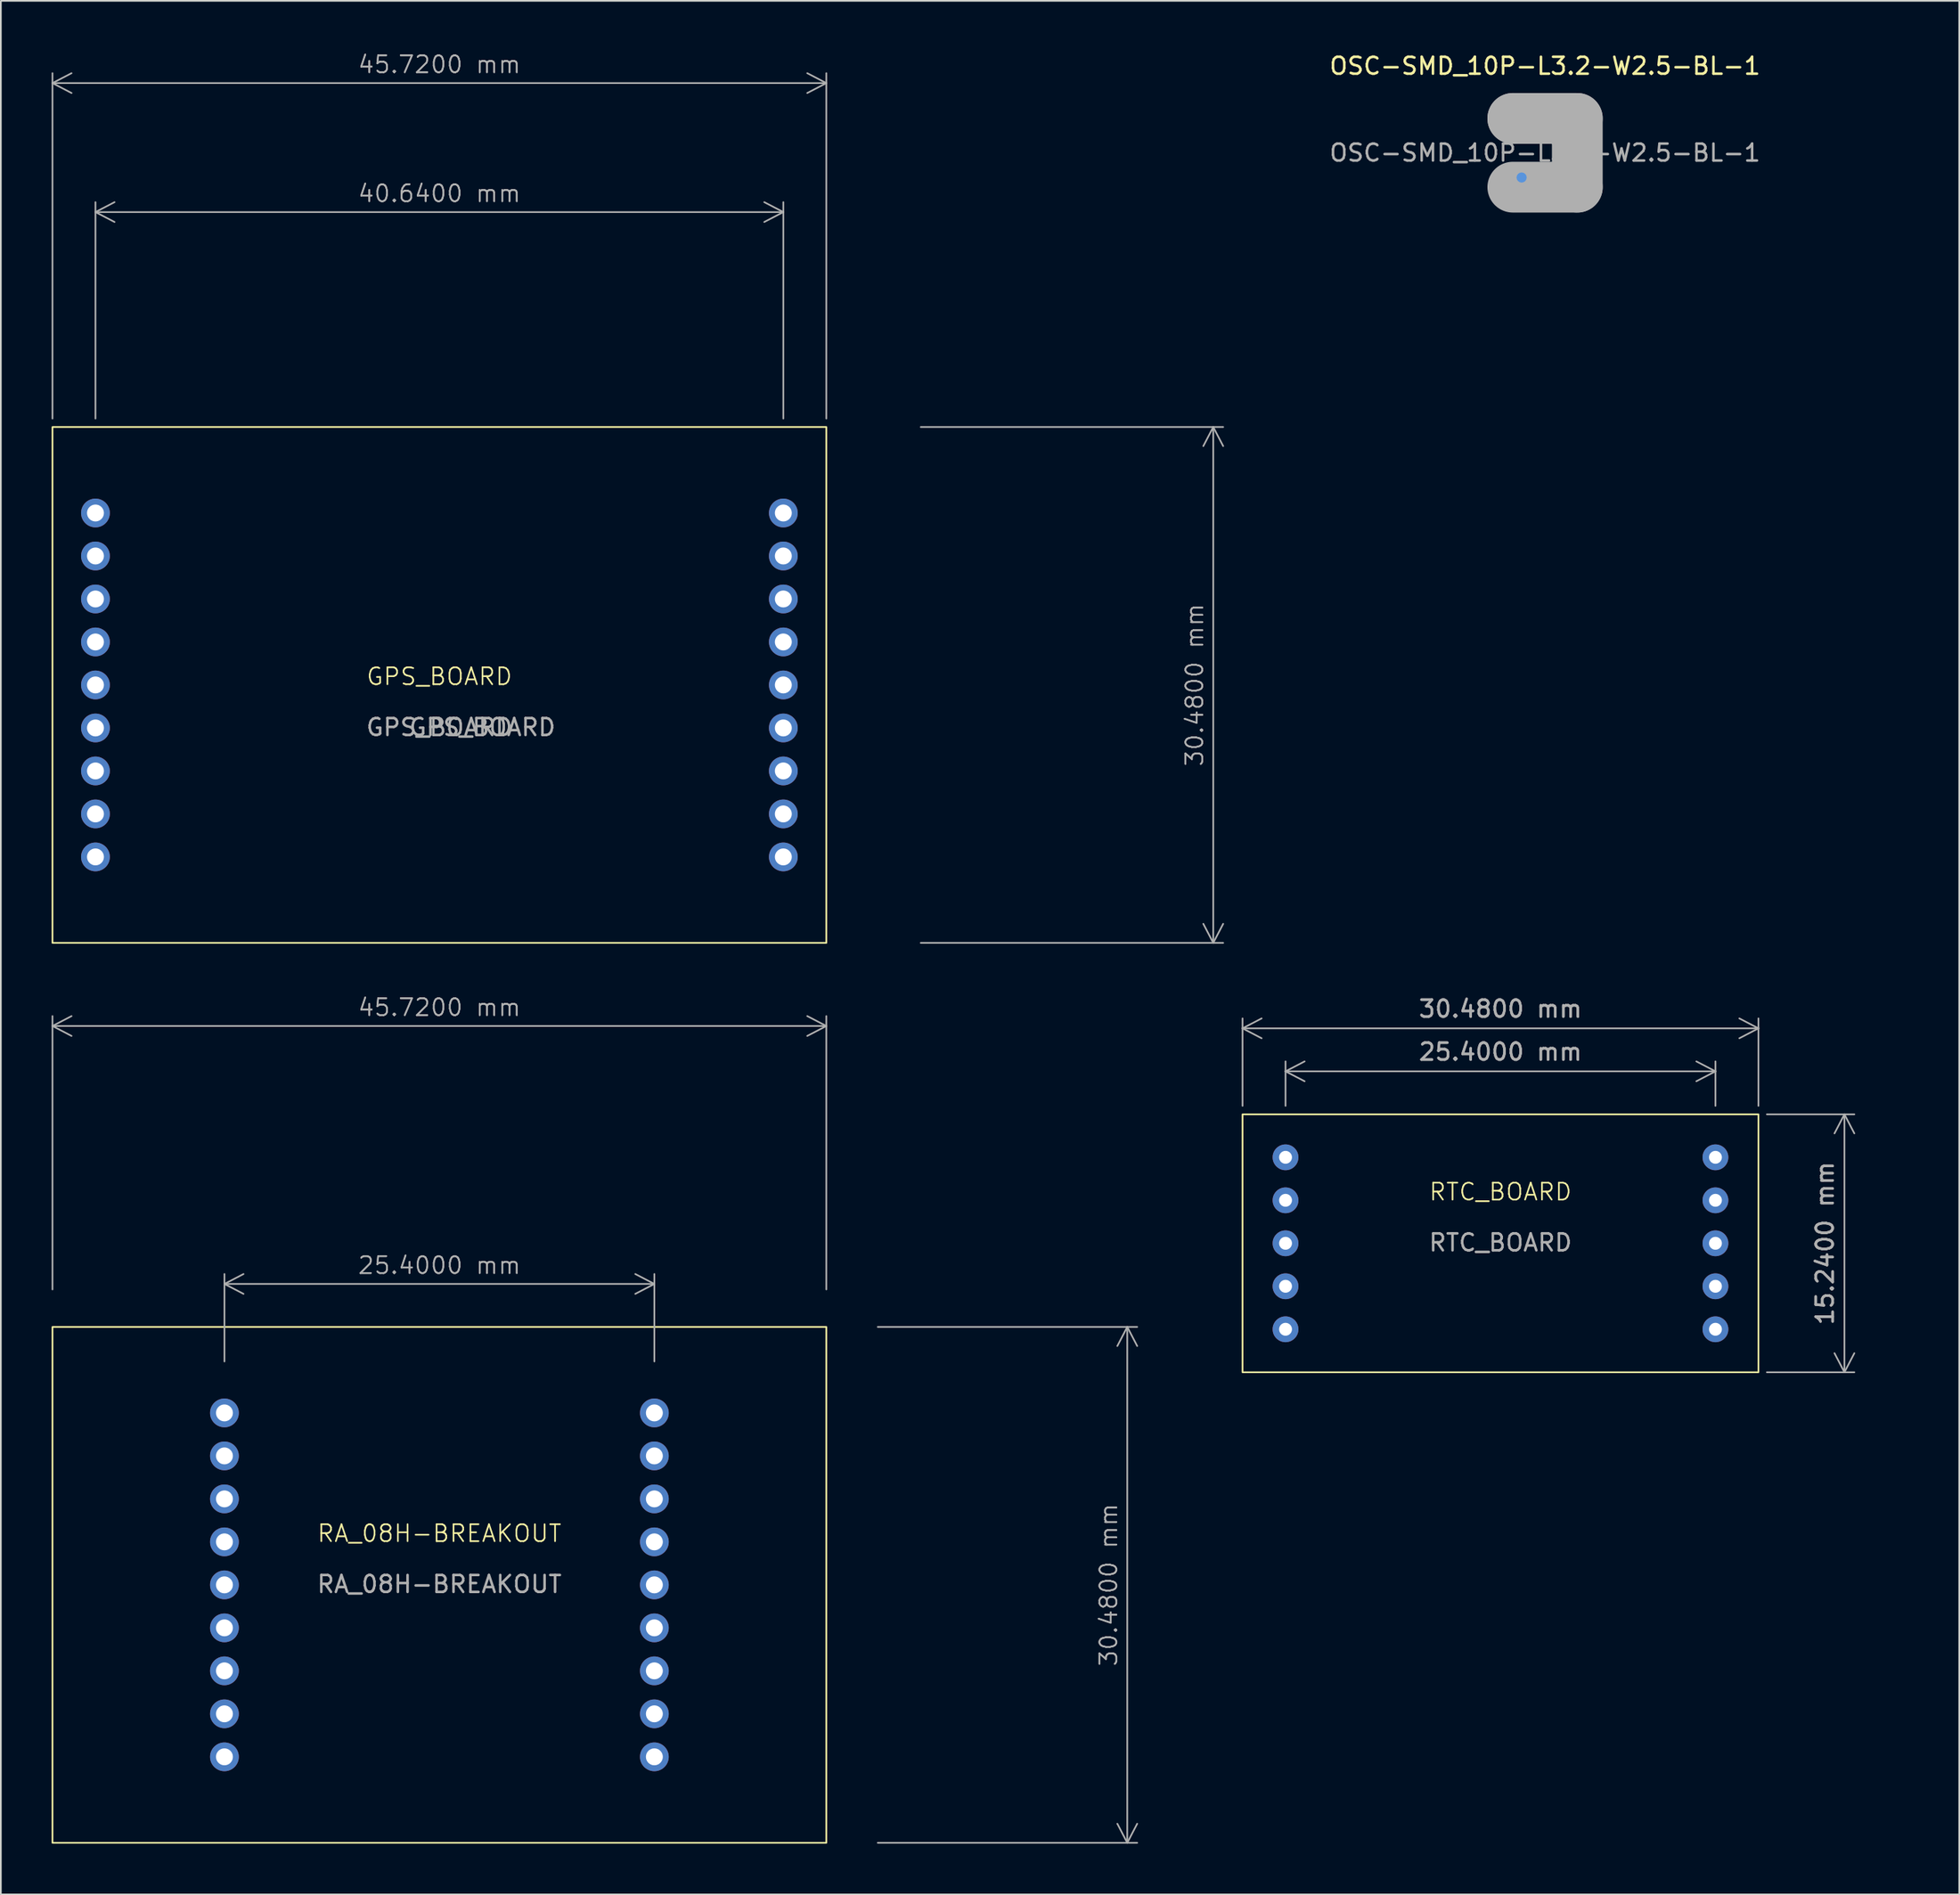
<source format=kicad_pcb>
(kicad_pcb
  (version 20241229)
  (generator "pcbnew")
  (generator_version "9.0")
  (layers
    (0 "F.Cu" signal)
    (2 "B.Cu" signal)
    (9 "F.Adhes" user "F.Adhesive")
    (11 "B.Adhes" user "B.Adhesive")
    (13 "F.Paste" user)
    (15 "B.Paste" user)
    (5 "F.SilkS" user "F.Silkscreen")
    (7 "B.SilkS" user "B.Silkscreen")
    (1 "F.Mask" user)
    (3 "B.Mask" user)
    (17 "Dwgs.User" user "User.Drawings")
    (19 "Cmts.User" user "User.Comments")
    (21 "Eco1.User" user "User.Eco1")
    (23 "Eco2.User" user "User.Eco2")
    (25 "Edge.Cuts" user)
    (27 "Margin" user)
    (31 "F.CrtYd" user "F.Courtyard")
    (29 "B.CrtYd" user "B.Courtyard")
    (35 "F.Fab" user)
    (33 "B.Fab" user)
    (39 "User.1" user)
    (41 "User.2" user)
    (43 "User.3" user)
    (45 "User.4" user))
  (footprint "GPS_BOARD"
    (layer "F.Cu")
    (at 22.91 37.42)
    (property "Reference" "GPS_BOARD" (at 0 -0.5 0) (unlocked yes) (layer "F.SilkS") (effects (font (size 1 1) (thickness 0.1))))
    (attr through_hole)
    (fp_rect (start 22.86 -15.24) (end -22.86 15.24) (stroke (width 0.1) (type default)) (fill no) (layer "F.SilkS"))
    (fp_text user "${REFERENCE}" (at 0 2.5 0) (unlocked yes) (layer "F.Fab") (effects (font (size 1 1) (thickness 0.15))))
    (fp_text user "${REFERENCE}" (at 2.54 2.5 0) (unlocked yes) (layer "F.Fab") (effects (font (size 1 1) (thickness 0.15))))
    (dimension (type aligned) (layer "F.Fab") (pts (xy 50.85 22.18) (xy 50.85 52.66)) (height -17.78) (format (prefix "") (suffix "") (units 3) (units_format 1) (precision 4)) (style (thickness 0.1) (arrow_length 1.27) (text_position_mode 0) (arrow_direction outward) (extension_height 0.586) (extension_offset 0.5) (keep_text_aligned yes)) (gr_text "30.4800 mm" (at 67.53 37.42 90) (layer "F.Fab") (effects (font (size 1 1) (thickness 0.1)))))
    (dimension (type aligned) (layer "F.Fab") (pts (xy 2.59 22.18) (xy 43.23 22.18)) (height -12.7) (format (prefix "") (suffix "") (units 3) (units_format 1) (precision 4)) (style (thickness 0.1) (arrow_length 1.27) (text_position_mode 0) (arrow_direction outward) (extension_height 0.586) (extension_offset 0.5) (keep_text_aligned yes)) (gr_text "40.6400 mm" (at 22.91 8.38 0) (layer "F.Fab") (effects (font (size 1 1) (thickness 0.1)))))
    (dimension (type aligned) (layer "F.Fab") (pts (xy 0.05 22.18) (xy 45.77 22.18)) (height -20.32) (format (prefix "") (suffix "") (units 3) (units_format 1) (precision 4)) (style (thickness 0.1) (arrow_length 1.27) (text_position_mode 0) (arrow_direction outward) (extension_height 0.586) (extension_offset 0.5) (keep_text_aligned yes)) (gr_text "45.7200 mm" (at 22.91 0.76 0) (layer "F.Fab") (effects (font (size 1 1) (thickness 0.1)))))
    (pad "1" thru_hole oval (at -20.32 -10.16 180) (size 1.7 1.7) (drill 1) (layers "*.Cu" "*.Mask"))
    (pad "2" thru_hole oval (at -20.32 -7.62 180) (size 1.7 1.7) (drill 1) (layers "*.Cu" "*.Mask"))
    (pad "3" thru_hole oval (at -20.32 -5.08 180) (size 1.7 1.7) (drill 1) (layers "*.Cu" "*.Mask"))
    (pad "4" thru_hole oval (at -20.32 -2.54 180) (size 1.7 1.7) (drill 1) (layers "*.Cu" "*.Mask"))
    (pad "5" thru_hole oval (at -20.32 0 180) (size 1.7 1.7) (drill 1) (layers "*.Cu" "*.Mask"))
    (pad "6" thru_hole oval (at -20.32 2.54 180) (size 1.7 1.7) (drill 1) (layers "*.Cu" "*.Mask"))
    (pad "7" thru_hole oval (at -20.32 5.08 270) (size 1.7 1.7) (drill 1) (layers "*.Cu" "*.Mask"))
    (pad "8" thru_hole oval (at -20.32 7.62 180) (size 1.7 1.7) (drill 1) (layers "*.Cu" "*.Mask"))
    (pad "9" thru_hole oval (at -20.32 10.16 180) (size 1.7 1.7) (drill 1) (layers "*.Cu" "*.Mask"))
    (pad "10" thru_hole oval (at 20.32 10.16 180) (size 1.7 1.7) (drill 1) (layers "*.Cu" "*.Mask"))
    (pad "11" thru_hole oval (at 20.32 7.62 180) (size 1.7 1.7) (drill 1) (layers "*.Cu" "*.Mask"))
    (pad "12" thru_hole oval (at 20.32 5.08 180) (size 1.7 1.7) (drill 1) (layers "*.Cu" "*.Mask"))
    (pad "13" thru_hole oval (at 20.32 2.54 180) (size 1.7 1.7) (drill 1) (layers "*.Cu" "*.Mask"))
    (pad "14" thru_hole oval (at 20.32 0 180) (size 1.7 1.7) (drill 1) (layers "*.Cu" "*.Mask"))
    (pad "15" thru_hole oval (at 20.32 -2.54 180) (size 1.7 1.7) (drill 1) (layers "*.Cu" "*.Mask"))
    (pad "16" thru_hole oval (at 20.32 -5.08 180) (size 1.7 1.7) (drill 1) (layers "*.Cu" "*.Mask"))
    (pad "17" thru_hole oval (at 20.32 -7.62 180) (size 1.7 1.7) (drill 1) (layers "*.Cu" "*.Mask"))
    (pad "18" thru_hole oval (at 20.32 -10.16 180) (size 1.7 1.7) (drill 1) (layers "*.Cu" "*.Mask")))
  (footprint "RA_08H-BREAKOUT"
    (layer "F.Cu")
    (at 22.91 88.051)
    (property "Reference" "RA_08H-BREAKOUT" (at 0 -0.5 0) (unlocked yes) (layer "F.SilkS") (effects (font (size 1 1) (thickness 0.1))))
    (attr through_hole)
    (fp_rect (start -22.86 -12.7) (end 22.86 17.78) (stroke (width 0.1) (type default)) (fill no) (layer "F.SilkS"))
    (fp_text user "${REFERENCE}" (at 0 2.5 0) (unlocked yes) (layer "F.Fab") (effects (font (size 1 1) (thickness 0.15))))
    (dimension (type aligned) (layer "F.Fab") (pts (xy 10.21 77.891) (xy 35.61 77.891)) (height -5.08) (format (prefix "") (suffix "") (units 3) (units_format 1) (precision 4)) (style (thickness 0.1) (arrow_length 1.27) (text_position_mode 0) (arrow_direction outward) (extension_height 0.586) (extension_offset 0.5) (keep_text_aligned yes)) (gr_text "25.4000 mm" (at 22.91 71.711 0) (layer "F.Fab") (effects (font (size 1 1) (thickness 0.1)))))
    (dimension (type aligned) (layer "F.Fab") (pts (xy 48.31 75.351) (xy 48.31 105.831)) (height -15.24) (format (prefix "") (suffix "") (units 3) (units_format 1) (precision 4)) (style (thickness 0.1) (arrow_length 1.27) (text_position_mode 0) (arrow_direction outward) (extension_height 0.586) (extension_offset 0.5) (keep_text_aligned yes)) (gr_text "30.4800 mm" (at 62.45 90.591 90) (layer "F.Fab") (effects (font (size 1 1) (thickness 0.1)))))
    (dimension (type aligned) (layer "F.Fab") (pts (xy 0.05 73.635) (xy 45.77 73.635)) (height -16.064) (format (prefix "") (suffix "") (units 3) (units_format 1) (precision 4)) (style (thickness 0.1) (arrow_length 1.27) (text_position_mode 0) (arrow_direction outward) (extension_height 0.586) (extension_offset 0.5) (keep_text_aligned yes)) (gr_text "45.7200 mm" (at 22.91 56.471 0) (layer "F.Fab") (effects (font (size 1 1) (thickness 0.1)))))
    (pad "1" thru_hole oval (at -12.7 -7.62 180) (size 1.7 1.7) (drill 1) (layers "*.Cu" "*.Mask"))
    (pad "2" thru_hole oval (at -12.7 -5.08 180) (size 1.7 1.7) (drill 1) (layers "*.Cu" "*.Mask"))
    (pad "3" thru_hole oval (at -12.7 -2.54 180) (size 1.7 1.7) (drill 1) (layers "*.Cu" "*.Mask"))
    (pad "4" thru_hole oval (at -12.7 0 180) (size 1.7 1.7) (drill 1) (layers "*.Cu" "*.Mask"))
    (pad "5" thru_hole oval (at -12.7 2.54 180) (size 1.7 1.7) (drill 1) (layers "*.Cu" "*.Mask"))
    (pad "6" thru_hole oval (at -12.7 5.08 180) (size 1.7 1.7) (drill 1) (layers "*.Cu" "*.Mask"))
    (pad "7" thru_hole oval (at -12.7 7.62 270) (size 1.7 1.7) (drill 1) (layers "*.Cu" "*.Mask"))
    (pad "8" thru_hole oval (at -12.7 10.16 180) (size 1.7 1.7) (drill 1) (layers "*.Cu" "*.Mask"))
    (pad "9" thru_hole oval (at -12.7 12.7 180) (size 1.7 1.7) (drill 1) (layers "*.Cu" "*.Mask"))
    (pad "10" thru_hole oval (at 12.7 12.7 180) (size 1.7 1.7) (drill 1) (layers "*.Cu" "*.Mask"))
    (pad "11" thru_hole oval (at 12.7 10.16 180) (size 1.7 1.7) (drill 1) (layers "*.Cu" "*.Mask"))
    (pad "12" thru_hole oval (at 12.7 7.62 180) (size 1.7 1.7) (drill 1) (layers "*.Cu" "*.Mask"))
    (pad "13" thru_hole oval (at 12.7 5.08 180) (size 1.7 1.7) (drill 1) (layers "*.Cu" "*.Mask"))
    (pad "14" thru_hole oval (at 12.7 2.54 180) (size 1.7 1.7) (drill 1) (layers "*.Cu" "*.Mask"))
    (pad "15" thru_hole oval (at 12.7 0 180) (size 1.7 1.7) (drill 1) (layers "*.Cu" "*.Mask"))
    (pad "16" thru_hole oval (at 12.7 -2.54 180) (size 1.7 1.7) (drill 1) (layers "*.Cu" "*.Mask"))
    (pad "17" thru_hole oval (at 12.7 -5.08 180) (size 1.7 1.7) (drill 1) (layers "*.Cu" "*.Mask"))
    (pad "18" thru_hole oval (at 12.7 -7.62 180) (size 1.7 1.7) (drill 1) (layers "*.Cu" "*.Mask")))
  (footprint "OSC-SMD_10P-L3.2-W2.5-BL-1"
    (layer "F.Cu")
    (at 88.229 5.978)
    (property "Reference" "OSC-SMD_10P-L3.2-W2.5-BL-1" (at 0 -5.13 0) (layer "F.SilkS") (effects (font (size 1 1) (thickness 0.15))))
    (attr through_hole)
    (fp_circle (center -2.29 1.27) (end -2.16 1.27) (stroke (width 0.25) (type solid)) (fill no) (layer "F.SilkS"))
    (fp_circle (center -1.38 1.46) (end -1.23 1.46) (stroke (width 0.3) (type solid)) (fill no) (layer "Cmts.User"))
    (fp_line (start -1.9 -2.03) (end -1.9 -2.03) (stroke (width 3) (type solid)) (layer "F.Fab"))
    (fp_line (start -1.9 -2.03) (end 1.91 -2.03) (stroke (width 3) (type solid)) (layer "F.Fab"))
    (fp_line (start 1.91 -2.03) (end 1.91 2.03) (stroke (width 3) (type solid)) (layer "F.Fab"))
    (fp_line (start 1.91 2.03) (end -1.9 2.03) (stroke (width 3) (type solid)) (layer "F.Fab"))
    (fp_circle (center -1.6 1.25) (end -1.57 1.25) (stroke (width 0.06) (type solid)) (fill no) (layer "F.Fab"))
    (fp_text user "${REFERENCE}" (at 0 0 0) (layer "F.Fab") (effects (font (size 1 1) (thickness 0.15))))
    (pad "1" smd rect (at -1.4 1.13) (size 0.4 1) (layers "F.Cu" "F.Mask" "F.Paste"))
    (pad "2" smd rect (at -0.7 1.13) (size 0.4 1) (layers "F.Cu" "F.Mask" "F.Paste"))
    (pad "3" smd rect (at 0 1.13) (size 0.4 1) (layers "F.Cu" "F.Mask" "F.Paste"))
    (pad "4" smd rect (at 0.7 1.13) (size 0.4 1) (layers "F.Cu" "F.Mask" "F.Paste"))
    (pad "5" smd rect (at 1.4 1.13) (size 0.4 1) (layers "F.Cu" "F.Mask" "F.Paste"))
    (pad "6" smd rect (at 1.4 -1.13) (size 0.4 1) (layers "F.Cu" "F.Mask" "F.Paste"))
    (pad "7" smd rect (at 0.7 -1.13) (size 0.4 1) (layers "F.Cu" "F.Mask" "F.Paste"))
    (pad "8" smd rect (at 0 -1.13) (size 0.4 1) (layers "F.Cu" "F.Mask" "F.Paste"))
    (pad "9" smd rect (at -0.7 -1.13) (size 0.4 1) (layers "F.Cu" "F.Mask" "F.Paste"))
    (pad "10" smd rect (at -1.4 -1.13) (size 0.4 1) (layers "F.Cu" "F.Mask" "F.Paste")))
  (footprint "RTC_BOARD"
    (layer "F.Cu")
    (at 85.6 69.909)
    (property "Reference" "RTC_BOARD" (at 0 -2.54 0) (unlocked yes) (layer "F.SilkS") (effects (font (size 1 1) (thickness 0.1))))
    (attr through_hole)
    (fp_rect (start -15.24 -7.12) (end 15.24 8.12) (stroke (width 0.1) (type default)) (fill no) (layer "F.SilkS"))
    (fp_text user "${REFERENCE}" (at 0 0.46 0) (unlocked yes) (layer "F.Fab") (effects (font (size 1 1) (thickness 0.15))))
    (dimension (type aligned) (layer "F.Fab") (pts (xy 70.36 62.789) (xy 100.84 62.789)) (height -5.08) (format (prefix "") (suffix "") (units 3) (units_format 1) (precision 4)) (style (thickness 0.1) (arrow_length 1.27) (text_position_mode 0) (arrow_direction outward) (extension_height 0.586) (extension_offset 0.5) (keep_text_aligned yes)) (gr_text "30.4800 mm" (at 85.6 56.559 0) (layer "F.Fab") (effects (font (size 1 1) (thickness 0.15)))))
    (dimension (type aligned) (layer "F.Fab") (pts (xy 72.9 62.789) (xy 98.3 62.789)) (height -2.54) (format (prefix "") (suffix "") (units 3) (units_format 1) (precision 4)) (style (thickness 0.1) (arrow_length 1.27) (text_position_mode 0) (arrow_direction outward) (extension_height 0.586) (extension_offset 0.5) (keep_text_aligned yes)) (gr_text "25.4000 mm" (at 85.6 59.099 0) (layer "F.Fab") (effects (font (size 1 1) (thickness 0.15)))))
    (dimension (type aligned) (layer "F.Fab") (pts (xy 100.84 62.789) (xy 100.84 78.029)) (height -5.08) (format (prefix "") (suffix "") (units 3) (units_format 1) (precision 4)) (style (thickness 0.1) (arrow_length 1.27) (text_position_mode 0) (arrow_direction outward) (extension_height 0.586) (extension_offset 0.5) (keep_text_aligned yes)) (gr_text "15.2400 mm" (at 104.77 70.409 90) (layer "F.Fab") (effects (font (size 1 1) (thickness 0.15)))))
    (pad "1" thru_hole circle (at -12.7 -4.58) (size 1.524 1.524) (drill 0.762) (layers "*.Cu" "*.Mask"))
    (pad "2" thru_hole circle (at -12.7 -2.04) (size 1.524 1.524) (drill 0.762) (layers "*.Cu" "*.Mask"))
    (pad "3" thru_hole circle (at -12.7 0.5) (size 1.524 1.524) (drill 0.762) (layers "*.Cu" "*.Mask"))
    (pad "4" thru_hole circle (at -12.7 3.04) (size 1.524 1.524) (drill 0.762) (layers "*.Cu" "*.Mask"))
    (pad "5" thru_hole circle (at -12.7 5.58) (size 1.524 1.524) (drill 0.762) (layers "*.Cu" "*.Mask"))
    (pad "6" thru_hole circle (at 12.7 5.58) (size 1.524 1.524) (drill 0.762) (layers "*.Cu" "*.Mask"))
    (pad "7" thru_hole circle (at 12.7 3.04) (size 1.524 1.524) (drill 0.762) (layers "*.Cu" "*.Mask"))
    (pad "8" thru_hole circle (at 12.7 0.5) (size 1.524 1.524) (drill 0.762) (layers "*.Cu" "*.Mask"))
    (pad "9" thru_hole circle (at 12.7 -2.04) (size 1.524 1.524) (drill 0.762) (layers "*.Cu" "*.Mask"))
    (pad "10" thru_hole circle (at 12.7 -4.58) (size 1.524 1.524) (drill 0.762) (layers "*.Cu" "*.Mask")))
  (gr_rect
    (start -3 -3)
    (end 112.704 108.881)
    (stroke (width 0.1) (type default))
    (fill no)
    (layer "Edge.Cuts")))
</source>
